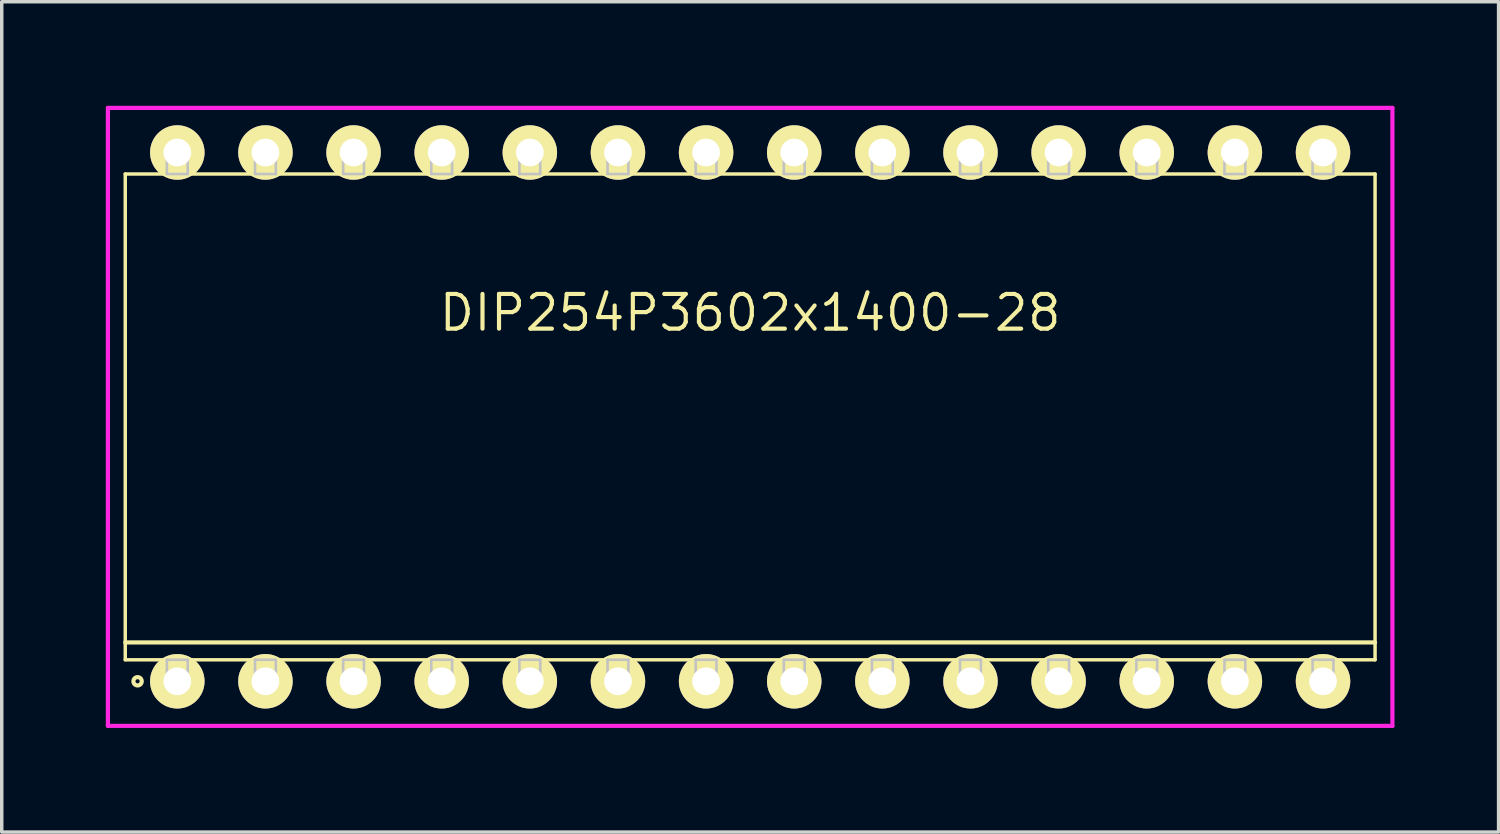
<source format=kicad_pcb>
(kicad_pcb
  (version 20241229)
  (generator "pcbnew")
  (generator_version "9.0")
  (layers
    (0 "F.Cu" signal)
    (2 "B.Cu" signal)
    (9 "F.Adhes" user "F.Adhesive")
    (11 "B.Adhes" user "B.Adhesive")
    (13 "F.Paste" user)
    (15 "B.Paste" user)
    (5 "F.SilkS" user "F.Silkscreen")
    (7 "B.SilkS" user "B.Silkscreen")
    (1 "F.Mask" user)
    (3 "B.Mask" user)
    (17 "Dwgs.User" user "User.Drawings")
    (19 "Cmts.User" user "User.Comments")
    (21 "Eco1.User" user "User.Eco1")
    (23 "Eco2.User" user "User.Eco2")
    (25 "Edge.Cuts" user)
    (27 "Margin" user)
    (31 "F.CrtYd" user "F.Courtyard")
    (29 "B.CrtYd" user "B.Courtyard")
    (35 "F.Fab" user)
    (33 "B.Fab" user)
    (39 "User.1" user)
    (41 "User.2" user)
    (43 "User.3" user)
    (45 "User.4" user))
  (footprint "DIP254P3602x1400-28"
    (layer "F.Cu")
    (at 18.57 8.965)
    (property "Reference" "DIP254P3602x1400-28" (at 0 -3 0) (layer "F.SilkS") (effects (font (size 1 1) (thickness 0.12))))
    (attr through_hole)
    (fp_line (start -18.01 -7) (end -18.01 7) (stroke (width 0.1) (type solid)) (layer "F.SilkS"))
    (fp_line (start -18.01 6.5) (end 18.01 6.5) (stroke (width 0.12) (type solid)) (layer "F.SilkS"))
    (fp_line (start -18.01 7) (end 18.01 7) (stroke (width 0.1) (type solid)) (layer "F.SilkS"))
    (fp_line (start 18.01 -7) (end -18.01 -7) (stroke (width 0.1) (type solid)) (layer "F.SilkS"))
    (fp_line (start 18.01 7) (end 18.01 -7) (stroke (width 0.1) (type solid)) (layer "F.SilkS"))
    (fp_circle (center -17.655 7.62) (end -17.535 7.62) (stroke (width 0.12) (type solid)) (fill no) (layer "F.SilkS"))
    (fp_line (start -16.81 -7.62) (end -16.81 -7) (stroke (width 0.075) (type solid)) (layer "Dwgs.User"))
    (fp_line (start -16.81 -7) (end -16.21 -7) (stroke (width 0.075) (type solid)) (layer "Dwgs.User"))
    (fp_line (start -16.81 7) (end -16.21 7) (stroke (width 0.075) (type solid)) (layer "Dwgs.User"))
    (fp_line (start -16.81 7.62) (end -16.81 7) (stroke (width 0.075) (type solid)) (layer "Dwgs.User"))
    (fp_line (start -16.21 -7.62) (end -16.81 -7.62) (stroke (width 0.075) (type solid)) (layer "Dwgs.User"))
    (fp_line (start -16.21 -7) (end -16.21 -7.62) (stroke (width 0.075) (type solid)) (layer "Dwgs.User"))
    (fp_line (start -16.21 7) (end -16.21 7.62) (stroke (width 0.075) (type solid)) (layer "Dwgs.User"))
    (fp_line (start -16.21 7.62) (end -16.81 7.62) (stroke (width 0.075) (type solid)) (layer "Dwgs.User"))
    (fp_line (start -14.27 -7.62) (end -14.27 -7) (stroke (width 0.075) (type solid)) (layer "Dwgs.User"))
    (fp_line (start -14.27 -7) (end -13.67 -7) (stroke (width 0.075) (type solid)) (layer "Dwgs.User"))
    (fp_line (start -14.27 7) (end -13.67 7) (stroke (width 0.075) (type solid)) (layer "Dwgs.User"))
    (fp_line (start -14.27 7.62) (end -14.27 7) (stroke (width 0.075) (type solid)) (layer "Dwgs.User"))
    (fp_line (start -13.67 -7.62) (end -14.27 -7.62) (stroke (width 0.075) (type solid)) (layer "Dwgs.User"))
    (fp_line (start -13.67 -7) (end -13.67 -7.62) (stroke (width 0.075) (type solid)) (layer "Dwgs.User"))
    (fp_line (start -13.67 7) (end -13.67 7.62) (stroke (width 0.075) (type solid)) (layer "Dwgs.User"))
    (fp_line (start -13.67 7.62) (end -14.27 7.62) (stroke (width 0.075) (type solid)) (layer "Dwgs.User"))
    (fp_line (start -11.73 -7.62) (end -11.73 -7) (stroke (width 0.075) (type solid)) (layer "Dwgs.User"))
    (fp_line (start -11.73 -7) (end -11.13 -7) (stroke (width 0.075) (type solid)) (layer "Dwgs.User"))
    (fp_line (start -11.73 7) (end -11.13 7) (stroke (width 0.075) (type solid)) (layer "Dwgs.User"))
    (fp_line (start -11.73 7.62) (end -11.73 7) (stroke (width 0.075) (type solid)) (layer "Dwgs.User"))
    (fp_line (start -11.13 -7.62) (end -11.73 -7.62) (stroke (width 0.075) (type solid)) (layer "Dwgs.User"))
    (fp_line (start -11.13 -7) (end -11.13 -7.62) (stroke (width 0.075) (type solid)) (layer "Dwgs.User"))
    (fp_line (start -11.13 7) (end -11.13 7.62) (stroke (width 0.075) (type solid)) (layer "Dwgs.User"))
    (fp_line (start -11.13 7.62) (end -11.73 7.62) (stroke (width 0.075) (type solid)) (layer "Dwgs.User"))
    (fp_line (start -9.19 -7.62) (end -9.19 -7) (stroke (width 0.075) (type solid)) (layer "Dwgs.User"))
    (fp_line (start -9.19 -7) (end -8.59 -7) (stroke (width 0.075) (type solid)) (layer "Dwgs.User"))
    (fp_line (start -9.19 7) (end -8.59 7) (stroke (width 0.075) (type solid)) (layer "Dwgs.User"))
    (fp_line (start -9.19 7.62) (end -9.19 7) (stroke (width 0.075) (type solid)) (layer "Dwgs.User"))
    (fp_line (start -8.59 -7.62) (end -9.19 -7.62) (stroke (width 0.075) (type solid)) (layer "Dwgs.User"))
    (fp_line (start -8.59 -7) (end -8.59 -7.62) (stroke (width 0.075) (type solid)) (layer "Dwgs.User"))
    (fp_line (start -8.59 7) (end -8.59 7.62) (stroke (width 0.075) (type solid)) (layer "Dwgs.User"))
    (fp_line (start -8.59 7.62) (end -9.19 7.62) (stroke (width 0.075) (type solid)) (layer "Dwgs.User"))
    (fp_line (start -6.65 -7.62) (end -6.65 -7) (stroke (width 0.075) (type solid)) (layer "Dwgs.User"))
    (fp_line (start -6.65 -7) (end -6.05 -7) (stroke (width 0.075) (type solid)) (layer "Dwgs.User"))
    (fp_line (start -6.65 7) (end -6.05 7) (stroke (width 0.075) (type solid)) (layer "Dwgs.User"))
    (fp_line (start -6.65 7.62) (end -6.65 7) (stroke (width 0.075) (type solid)) (layer "Dwgs.User"))
    (fp_line (start -6.05 -7.62) (end -6.65 -7.62) (stroke (width 0.075) (type solid)) (layer "Dwgs.User"))
    (fp_line (start -6.05 -7) (end -6.05 -7.62) (stroke (width 0.075) (type solid)) (layer "Dwgs.User"))
    (fp_line (start -6.05 7) (end -6.05 7.62) (stroke (width 0.075) (type solid)) (layer "Dwgs.User"))
    (fp_line (start -6.05 7.62) (end -6.65 7.62) (stroke (width 0.075) (type solid)) (layer "Dwgs.User"))
    (fp_line (start -4.11 -7.62) (end -4.11 -7) (stroke (width 0.075) (type solid)) (layer "Dwgs.User"))
    (fp_line (start -4.11 -7) (end -3.51 -7) (stroke (width 0.075) (type solid)) (layer "Dwgs.User"))
    (fp_line (start -4.11 7) (end -3.51 7) (stroke (width 0.075) (type solid)) (layer "Dwgs.User"))
    (fp_line (start -4.11 7.62) (end -4.11 7) (stroke (width 0.075) (type solid)) (layer "Dwgs.User"))
    (fp_line (start -3.51 -7.62) (end -4.11 -7.62) (stroke (width 0.075) (type solid)) (layer "Dwgs.User"))
    (fp_line (start -3.51 -7) (end -3.51 -7.62) (stroke (width 0.075) (type solid)) (layer "Dwgs.User"))
    (fp_line (start -3.51 7) (end -3.51 7.62) (stroke (width 0.075) (type solid)) (layer "Dwgs.User"))
    (fp_line (start -3.51 7.62) (end -4.11 7.62) (stroke (width 0.075) (type solid)) (layer "Dwgs.User"))
    (fp_line (start -1.57 -7.62) (end -1.57 -7) (stroke (width 0.075) (type solid)) (layer "Dwgs.User"))
    (fp_line (start -1.57 -7) (end -0.97 -7) (stroke (width 0.075) (type solid)) (layer "Dwgs.User"))
    (fp_line (start -1.57 7) (end -0.97 7) (stroke (width 0.075) (type solid)) (layer "Dwgs.User"))
    (fp_line (start -1.57 7.62) (end -1.57 7) (stroke (width 0.075) (type solid)) (layer "Dwgs.User"))
    (fp_line (start -0.97 -7.62) (end -1.57 -7.62) (stroke (width 0.075) (type solid)) (layer "Dwgs.User"))
    (fp_line (start -0.97 -7) (end -0.97 -7.62) (stroke (width 0.075) (type solid)) (layer "Dwgs.User"))
    (fp_line (start -0.97 7) (end -0.97 7.62) (stroke (width 0.075) (type solid)) (layer "Dwgs.User"))
    (fp_line (start -0.97 7.62) (end -1.57 7.62) (stroke (width 0.075) (type solid)) (layer "Dwgs.User"))
    (fp_line (start 0.97 -7.62) (end 0.97 -7) (stroke (width 0.075) (type solid)) (layer "Dwgs.User"))
    (fp_line (start 0.97 -7) (end 1.57 -7) (stroke (width 0.075) (type solid)) (layer "Dwgs.User"))
    (fp_line (start 0.97 7) (end 1.57 7) (stroke (width 0.075) (type solid)) (layer "Dwgs.User"))
    (fp_line (start 0.97 7.62) (end 0.97 7) (stroke (width 0.075) (type solid)) (layer "Dwgs.User"))
    (fp_line (start 1.57 -7.62) (end 0.97 -7.62) (stroke (width 0.075) (type solid)) (layer "Dwgs.User"))
    (fp_line (start 1.57 -7) (end 1.57 -7.62) (stroke (width 0.075) (type solid)) (layer "Dwgs.User"))
    (fp_line (start 1.57 7) (end 1.57 7.62) (stroke (width 0.075) (type solid)) (layer "Dwgs.User"))
    (fp_line (start 1.57 7.62) (end 0.97 7.62) (stroke (width 0.075) (type solid)) (layer "Dwgs.User"))
    (fp_line (start 3.51 -7.62) (end 3.51 -7) (stroke (width 0.075) (type solid)) (layer "Dwgs.User"))
    (fp_line (start 3.51 -7) (end 4.11 -7) (stroke (width 0.075) (type solid)) (layer "Dwgs.User"))
    (fp_line (start 3.51 7) (end 4.11 7) (stroke (width 0.075) (type solid)) (layer "Dwgs.User"))
    (fp_line (start 3.51 7.62) (end 3.51 7) (stroke (width 0.075) (type solid)) (layer "Dwgs.User"))
    (fp_line (start 4.11 -7.62) (end 3.51 -7.62) (stroke (width 0.075) (type solid)) (layer "Dwgs.User"))
    (fp_line (start 4.11 -7) (end 4.11 -7.62) (stroke (width 0.075) (type solid)) (layer "Dwgs.User"))
    (fp_line (start 4.11 7) (end 4.11 7.62) (stroke (width 0.075) (type solid)) (layer "Dwgs.User"))
    (fp_line (start 4.11 7.62) (end 3.51 7.62) (stroke (width 0.075) (type solid)) (layer "Dwgs.User"))
    (fp_line (start 6.05 -7.62) (end 6.05 -7) (stroke (width 0.075) (type solid)) (layer "Dwgs.User"))
    (fp_line (start 6.05 -7) (end 6.65 -7) (stroke (width 0.075) (type solid)) (layer "Dwgs.User"))
    (fp_line (start 6.05 7) (end 6.65 7) (stroke (width 0.075) (type solid)) (layer "Dwgs.User"))
    (fp_line (start 6.05 7.62) (end 6.05 7) (stroke (width 0.075) (type solid)) (layer "Dwgs.User"))
    (fp_line (start 6.65 -7.62) (end 6.05 -7.62) (stroke (width 0.075) (type solid)) (layer "Dwgs.User"))
    (fp_line (start 6.65 -7) (end 6.65 -7.62) (stroke (width 0.075) (type solid)) (layer "Dwgs.User"))
    (fp_line (start 6.65 7) (end 6.65 7.62) (stroke (width 0.075) (type solid)) (layer "Dwgs.User"))
    (fp_line (start 6.65 7.62) (end 6.05 7.62) (stroke (width 0.075) (type solid)) (layer "Dwgs.User"))
    (fp_line (start 8.59 -7.62) (end 8.59 -7) (stroke (width 0.075) (type solid)) (layer "Dwgs.User"))
    (fp_line (start 8.59 -7) (end 9.19 -7) (stroke (width 0.075) (type solid)) (layer "Dwgs.User"))
    (fp_line (start 8.59 7) (end 9.19 7) (stroke (width 0.075) (type solid)) (layer "Dwgs.User"))
    (fp_line (start 8.59 7.62) (end 8.59 7) (stroke (width 0.075) (type solid)) (layer "Dwgs.User"))
    (fp_line (start 9.19 -7.62) (end 8.59 -7.62) (stroke (width 0.075) (type solid)) (layer "Dwgs.User"))
    (fp_line (start 9.19 -7) (end 9.19 -7.62) (stroke (width 0.075) (type solid)) (layer "Dwgs.User"))
    (fp_line (start 9.19 7) (end 9.19 7.62) (stroke (width 0.075) (type solid)) (layer "Dwgs.User"))
    (fp_line (start 9.19 7.62) (end 8.59 7.62) (stroke (width 0.075) (type solid)) (layer "Dwgs.User"))
    (fp_line (start 11.13 -7.62) (end 11.13 -7) (stroke (width 0.075) (type solid)) (layer "Dwgs.User"))
    (fp_line (start 11.13 -7) (end 11.73 -7) (stroke (width 0.075) (type solid)) (layer "Dwgs.User"))
    (fp_line (start 11.13 7) (end 11.73 7) (stroke (width 0.075) (type solid)) (layer "Dwgs.User"))
    (fp_line (start 11.13 7.62) (end 11.13 7) (stroke (width 0.075) (type solid)) (layer "Dwgs.User"))
    (fp_line (start 11.73 -7.62) (end 11.13 -7.62) (stroke (width 0.075) (type solid)) (layer "Dwgs.User"))
    (fp_line (start 11.73 -7) (end 11.73 -7.62) (stroke (width 0.075) (type solid)) (layer "Dwgs.User"))
    (fp_line (start 11.73 7) (end 11.73 7.62) (stroke (width 0.075) (type solid)) (layer "Dwgs.User"))
    (fp_line (start 11.73 7.62) (end 11.13 7.62) (stroke (width 0.075) (type solid)) (layer "Dwgs.User"))
    (fp_line (start 13.67 -7.62) (end 13.67 -7) (stroke (width 0.075) (type solid)) (layer "Dwgs.User"))
    (fp_line (start 13.67 -7) (end 14.27 -7) (stroke (width 0.075) (type solid)) (layer "Dwgs.User"))
    (fp_line (start 13.67 7) (end 14.27 7) (stroke (width 0.075) (type solid)) (layer "Dwgs.User"))
    (fp_line (start 13.67 7.62) (end 13.67 7) (stroke (width 0.075) (type solid)) (layer "Dwgs.User"))
    (fp_line (start 14.27 -7.62) (end 13.67 -7.62) (stroke (width 0.075) (type solid)) (layer "Dwgs.User"))
    (fp_line (start 14.27 -7) (end 14.27 -7.62) (stroke (width 0.075) (type solid)) (layer "Dwgs.User"))
    (fp_line (start 14.27 7) (end 14.27 7.62) (stroke (width 0.075) (type solid)) (layer "Dwgs.User"))
    (fp_line (start 14.27 7.62) (end 13.67 7.62) (stroke (width 0.075) (type solid)) (layer "Dwgs.User"))
    (fp_line (start 16.21 -7.62) (end 16.21 -7) (stroke (width 0.075) (type solid)) (layer "Dwgs.User"))
    (fp_line (start 16.21 -7) (end 16.81 -7) (stroke (width 0.075) (type solid)) (layer "Dwgs.User"))
    (fp_line (start 16.21 7) (end 16.81 7) (stroke (width 0.075) (type solid)) (layer "Dwgs.User"))
    (fp_line (start 16.21 7.62) (end 16.21 7) (stroke (width 0.075) (type solid)) (layer "Dwgs.User"))
    (fp_line (start 16.81 -7.62) (end 16.21 -7.62) (stroke (width 0.075) (type solid)) (layer "Dwgs.User"))
    (fp_line (start 16.81 -7) (end 16.81 -7.62) (stroke (width 0.075) (type solid)) (layer "Dwgs.User"))
    (fp_line (start 16.81 7) (end 16.81 7.62) (stroke (width 0.075) (type solid)) (layer "Dwgs.User"))
    (fp_line (start 16.81 7.62) (end 16.21 7.62) (stroke (width 0.075) (type solid)) (layer "Dwgs.User"))
    (fp_line (start -0.75 0) (end 0.75 0) (stroke (width 0.12) (type solid)) (layer "Eco1.User"))
    (fp_line (start 0 -0.75) (end 0 0.75) (stroke (width 0.12) (type solid)) (layer "Eco1.User"))
    (fp_circle (center 0 0) (end 0.5 0) (stroke (width 0.12) (type solid)) (fill no) (layer "Eco1.User"))
    (fp_line (start -18.51 -8.905) (end -18.51 8.905) (stroke (width 0.12) (type solid)) (layer "F.CrtYd"))
    (fp_line (start -18.51 8.905) (end 18.51 8.905) (stroke (width 0.12) (type solid)) (layer "F.CrtYd"))
    (fp_line (start 18.51 -8.905) (end -18.51 -8.905) (stroke (width 0.12) (type solid)) (layer "F.CrtYd"))
    (fp_line (start 18.51 8.905) (end 18.51 -8.905) (stroke (width 0.12) (type solid)) (layer "F.CrtYd"))
    (pad "1" thru_hole oval (at -16.51 7.62) (size 1.57 1.57) (drill 0.8) (layers "*.Cu" "*.Mask" "F.SilkS"))
    (pad "2" thru_hole oval (at -13.97 7.62) (size 1.57 1.57) (drill 0.8) (layers "*.Cu" "*.Mask" "F.SilkS"))
    (pad "3" thru_hole oval (at -11.43 7.62) (size 1.57 1.57) (drill 0.8) (layers "*.Cu" "*.Mask" "F.SilkS"))
    (pad "4" thru_hole oval (at -8.89 7.62) (size 1.57 1.57) (drill 0.8) (layers "*.Cu" "*.Mask" "F.SilkS"))
    (pad "5" thru_hole oval (at -6.35 7.62) (size 1.57 1.57) (drill 0.8) (layers "*.Cu" "*.Mask" "F.SilkS"))
    (pad "6" thru_hole oval (at -3.81 7.62) (size 1.57 1.57) (drill 0.8) (layers "*.Cu" "*.Mask" "F.SilkS"))
    (pad "7" thru_hole oval (at -1.27 7.62) (size 1.57 1.57) (drill 0.8) (layers "*.Cu" "*.Mask" "F.SilkS"))
    (pad "8" thru_hole oval (at 1.27 7.62) (size 1.57 1.57) (drill 0.8) (layers "*.Cu" "*.Mask" "F.SilkS"))
    (pad "9" thru_hole oval (at 3.81 7.62) (size 1.57 1.57) (drill 0.8) (layers "*.Cu" "*.Mask" "F.SilkS"))
    (pad "10" thru_hole oval (at 6.35 7.62) (size 1.57 1.57) (drill 0.8) (layers "*.Cu" "*.Mask" "F.SilkS"))
    (pad "11" thru_hole oval (at 8.89 7.62) (size 1.57 1.57) (drill 0.8) (layers "*.Cu" "*.Mask" "F.SilkS"))
    (pad "12" thru_hole oval (at 11.43 7.62) (size 1.57 1.57) (drill 0.8) (layers "*.Cu" "*.Mask" "F.SilkS"))
    (pad "13" thru_hole oval (at 13.97 7.62) (size 1.57 1.57) (drill 0.8) (layers "*.Cu" "*.Mask" "F.SilkS"))
    (pad "14" thru_hole oval (at 16.51 7.62) (size 1.57 1.57) (drill 0.8) (layers "*.Cu" "*.Mask" "F.SilkS"))
    (pad "15" thru_hole oval (at 16.51 -7.62) (size 1.57 1.57) (drill 0.8) (layers "*.Cu" "*.Mask" "F.SilkS"))
    (pad "16" thru_hole oval (at 13.97 -7.62) (size 1.57 1.57) (drill 0.8) (layers "*.Cu" "*.Mask" "F.SilkS"))
    (pad "17" thru_hole oval (at 11.43 -7.62) (size 1.57 1.57) (drill 0.8) (layers "*.Cu" "*.Mask" "F.SilkS"))
    (pad "18" thru_hole oval (at 8.89 -7.62) (size 1.57 1.57) (drill 0.8) (layers "*.Cu" "*.Mask" "F.SilkS"))
    (pad "19" thru_hole oval (at 6.35 -7.62) (size 1.57 1.57) (drill 0.8) (layers "*.Cu" "*.Mask" "F.SilkS"))
    (pad "20" thru_hole oval (at 3.81 -7.62) (size 1.57 1.57) (drill 0.8) (layers "*.Cu" "*.Mask" "F.SilkS"))
    (pad "21" thru_hole oval (at 1.27 -7.62) (size 1.57 1.57) (drill 0.8) (layers "*.Cu" "*.Mask" "F.SilkS"))
    (pad "22" thru_hole oval (at -1.27 -7.62) (size 1.57 1.57) (drill 0.8) (layers "*.Cu" "*.Mask" "F.SilkS"))
    (pad "23" thru_hole oval (at -3.81 -7.62) (size 1.57 1.57) (drill 0.8) (layers "*.Cu" "*.Mask" "F.SilkS"))
    (pad "24" thru_hole oval (at -6.35 -7.62) (size 1.57 1.57) (drill 0.8) (layers "*.Cu" "*.Mask" "F.SilkS"))
    (pad "25" thru_hole oval (at -8.89 -7.62) (size 1.57 1.57) (drill 0.8) (layers "*.Cu" "*.Mask" "F.SilkS"))
    (pad "26" thru_hole oval (at -11.43 -7.62) (size 1.57 1.57) (drill 0.8) (layers "*.Cu" "*.Mask" "F.SilkS"))
    (pad "27" thru_hole oval (at -13.97 -7.62) (size 1.57 1.57) (drill 0.8) (layers "*.Cu" "*.Mask" "F.SilkS"))
    (pad "28" thru_hole oval (at -16.51 -7.62) (size 1.57 1.57) (drill 0.8) (layers "*.Cu" "*.Mask" "F.SilkS")))
  (gr_rect
    (start -3 -3)
    (end 40.14 20.93)
    (stroke (width 0.1) (type default))
    (fill no)
    (layer "Edge.Cuts")))
</source>
